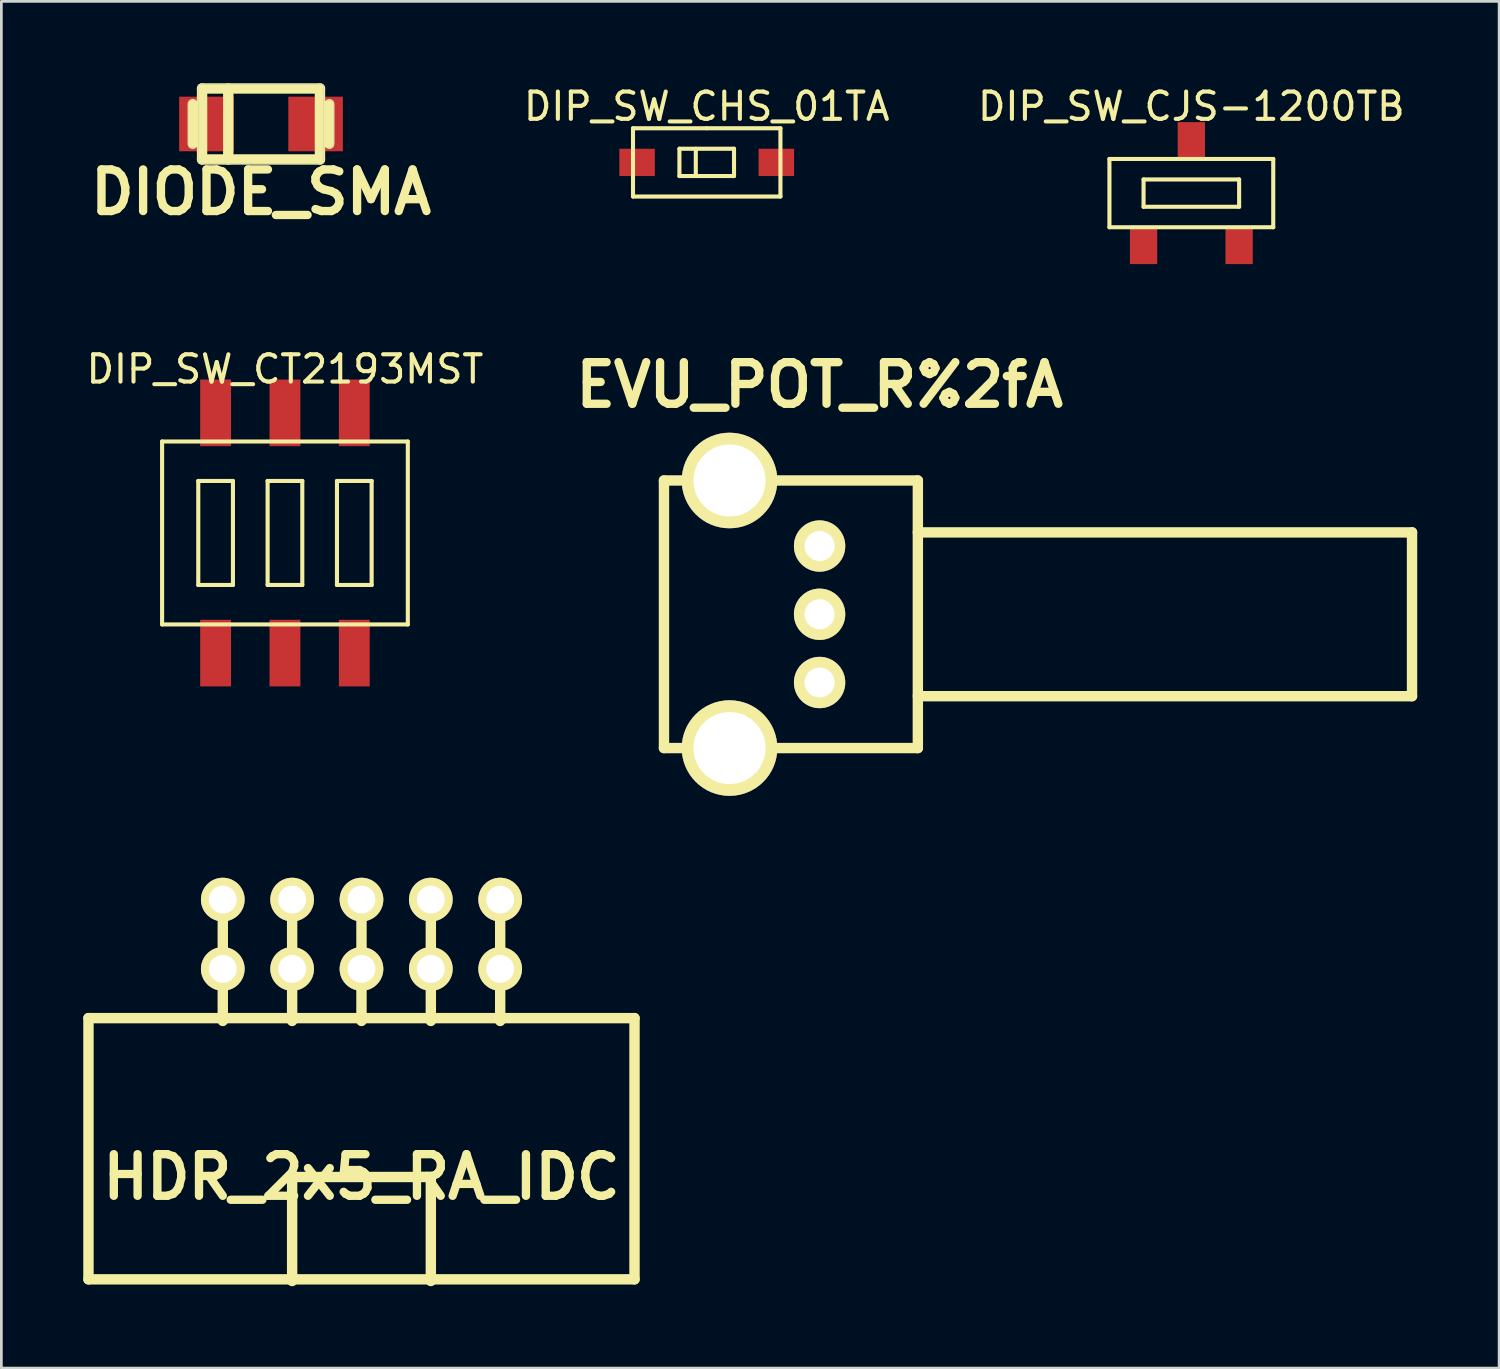
<source format=kicad_pcb>
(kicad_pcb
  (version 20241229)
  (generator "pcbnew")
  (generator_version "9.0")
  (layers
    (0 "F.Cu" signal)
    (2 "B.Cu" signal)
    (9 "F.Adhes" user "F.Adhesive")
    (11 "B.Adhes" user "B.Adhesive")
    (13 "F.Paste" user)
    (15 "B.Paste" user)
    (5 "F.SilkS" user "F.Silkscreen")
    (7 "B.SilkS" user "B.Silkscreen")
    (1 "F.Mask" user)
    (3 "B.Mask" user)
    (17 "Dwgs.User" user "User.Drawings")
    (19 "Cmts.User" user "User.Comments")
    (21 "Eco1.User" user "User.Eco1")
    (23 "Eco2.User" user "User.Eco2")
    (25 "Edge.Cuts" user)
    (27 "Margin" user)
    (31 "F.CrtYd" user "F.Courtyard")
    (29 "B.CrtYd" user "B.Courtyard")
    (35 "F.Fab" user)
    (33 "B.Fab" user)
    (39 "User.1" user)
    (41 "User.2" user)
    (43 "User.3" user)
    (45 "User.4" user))
  (footprint "DIP_SW_CHS_01TA"
    (layer "F.Cu")
    (at 22.835 2.898)
    (property "Reference" "DIP_SW_CHS_01TA" (at 0 -2.05 0) (layer "F.SilkS") (effects (font (size 1 1) (thickness 0.15))))
    (attr through_hole)
    (fp_line (start -2.7 -1.25) (end 0 -1.25) (stroke (width 0.15) (type solid)) (layer "F.SilkS"))
    (fp_line (start -2.7 1.25) (end -2.7 -1.25) (stroke (width 0.15) (type solid)) (layer "F.SilkS"))
    (fp_line (start -1 -0.5) (end -1 0.5) (stroke (width 0.15) (type solid)) (layer "F.SilkS"))
    (fp_line (start -1 0.5) (end 1 0.5) (stroke (width 0.15) (type solid)) (layer "F.SilkS"))
    (fp_line (start -0.4 -0.5) (end -0.4 0.5) (stroke (width 0.15) (type solid)) (layer "F.SilkS"))
    (fp_line (start 0 -1.25) (end 2.7 -1.25) (stroke (width 0.15) (type solid)) (layer "F.SilkS"))
    (fp_line (start 1 -0.5) (end -1 -0.5) (stroke (width 0.15) (type solid)) (layer "F.SilkS"))
    (fp_line (start 1 0.5) (end 1 -0.5) (stroke (width 0.15) (type solid)) (layer "F.SilkS"))
    (fp_line (start 2.7 -1.25) (end 2.7 1.25) (stroke (width 0.15) (type solid)) (layer "F.SilkS"))
    (fp_line (start 2.7 1.25) (end -2.7 1.25) (stroke (width 0.15) (type solid)) (layer "F.SilkS"))
    (pad "1" smd rect (at -2.55 0) (size 1.3 1) (layers "F.Cu" "F.Mask" "F.Paste"))
    (pad "2" smd rect (at 2.55 0) (size 1.3 1) (layers "F.Cu" "F.Mask" "F.Paste")))
  (footprint "DIP_SW_CT2193MST"
    (layer "F.Cu")
    (at 7.387 16.471)
    (property "Reference" "DIP_SW_CT2193MST" (at 0 -6 0) (layer "F.SilkS") (effects (font (size 1 1) (thickness 0.15))))
    (attr through_hole)
    (fp_line (start -4.5 -3.35) (end 4.5 -3.35) (stroke (width 0.15) (type solid)) (layer "F.SilkS"))
    (fp_line (start -4.5 3.35) (end -4.5 -3.35) (stroke (width 0.15) (type solid)) (layer "F.SilkS"))
    (fp_line (start -3.175 -1.905) (end -3.175 1.905) (stroke (width 0.15) (type solid)) (layer "F.SilkS"))
    (fp_line (start -3.175 1.905) (end -1.905 1.905) (stroke (width 0.15) (type solid)) (layer "F.SilkS"))
    (fp_line (start -1.905 -1.905) (end -3.175 -1.905) (stroke (width 0.15) (type solid)) (layer "F.SilkS"))
    (fp_line (start -1.905 1.905) (end -1.905 -1.905) (stroke (width 0.15) (type solid)) (layer "F.SilkS"))
    (fp_line (start -0.635 -1.905) (end -0.635 1.905) (stroke (width 0.15) (type solid)) (layer "F.SilkS"))
    (fp_line (start -0.635 -1.905) (end 0.635 -1.905) (stroke (width 0.15) (type solid)) (layer "F.SilkS"))
    (fp_line (start 0.635 -1.905) (end 0.635 1.905) (stroke (width 0.15) (type solid)) (layer "F.SilkS"))
    (fp_line (start 0.635 1.905) (end -0.635 1.905) (stroke (width 0.15) (type solid)) (layer "F.SilkS"))
    (fp_line (start 1.905 -1.905) (end 3.175 -1.905) (stroke (width 0.15) (type solid)) (layer "F.SilkS"))
    (fp_line (start 1.905 1.905) (end 1.905 -1.905) (stroke (width 0.15) (type solid)) (layer "F.SilkS"))
    (fp_line (start 3.175 -1.905) (end 3.175 1.905) (stroke (width 0.15) (type solid)) (layer "F.SilkS"))
    (fp_line (start 3.175 1.905) (end 1.905 1.905) (stroke (width 0.15) (type solid)) (layer "F.SilkS"))
    (fp_line (start 4.5 -3.35) (end 4.5 3.35) (stroke (width 0.15) (type solid)) (layer "F.SilkS"))
    (fp_line (start 4.5 3.35) (end -4.5 3.35) (stroke (width 0.15) (type solid)) (layer "F.SilkS"))
    (pad "1" smd rect (at -2.54 4.4) (size 1.13 2.44) (layers "F.Cu" "F.Mask" "F.Paste"))
    (pad "2" smd rect (at 0 4.4) (size 1.13 2.44) (layers "F.Cu" "F.Mask" "F.Paste"))
    (pad "3" smd rect (at 2.54 4.4) (size 1.13 2.44) (layers "F.Cu" "F.Mask" "F.Paste"))
    (pad "4" smd rect (at 2.54 -4.4) (size 1.13 2.44) (layers "F.Cu" "F.Mask" "F.Paste"))
    (pad "5" smd rect (at 0 -4.4) (size 1.13 2.44) (layers "F.Cu" "F.Mask" "F.Paste"))
    (pad "6" smd rect (at -2.54 -4.4) (size 1.13 2.44) (layers "F.Cu" "F.Mask" "F.Paste")))
  (footprint "EVU_POT_R%2fA"
    (layer "F.Cu")
    (at 26.969 19.449)
    (property "Reference" "EVU_POT_R%2fA" (at 0 -8.4 0) (layer "F.SilkS") (effects (font (size 1.524 1.524) (thickness 0.305))))
    (attr through_hole)
    (fp_line (start -5.7 -4.9) (end 3.599 -4.9) (stroke (width 0.381) (type solid)) (layer "F.SilkS"))
    (fp_line (start -5.7 4.9) (end -5.7 -4.9) (stroke (width 0.381) (type solid)) (layer "F.SilkS"))
    (fp_line (start 3.599 -4.9) (end 3.599 4.9) (stroke (width 0.381) (type solid)) (layer "F.SilkS"))
    (fp_line (start 3.599 4.9) (end -5.7 4.9) (stroke (width 0.381) (type solid)) (layer "F.SilkS"))
    (fp_line (start 21.699 -3) (end 3.599 -3) (stroke (width 0.381) (type solid)) (layer "F.SilkS"))
    (fp_line (start 21.699 -3) (end 21.699 3) (stroke (width 0.381) (type solid)) (layer "F.SilkS"))
    (fp_line (start 21.699 3) (end 3.599 3) (stroke (width 0.381) (type solid)) (layer "F.SilkS"))
    (pad "" thru_hole circle (at -3.299 -4.9) (size 3.5 3.5) (drill 2.639) (layers "*.Cu" "*.Mask" "F.SilkS"))
    (pad "" thru_hole circle (at -3.299 4.9) (size 3.5 3.5) (drill 2.639) (layers "*.Cu" "*.Mask" "F.SilkS"))
    (pad "1" thru_hole circle (at 0 2.499) (size 1.88 1.88) (drill 1.1) (layers "*.Cu" "*.Mask" "F.SilkS"))
    (pad "2" thru_hole circle (at 0 0) (size 1.88 1.88) (drill 1.1) (layers "*.Cu" "*.Mask" "F.SilkS"))
    (pad "3" thru_hole circle (at 0 -2.499) (size 1.88 1.88) (drill 1.1) (layers "*.Cu" "*.Mask" "F.SilkS")))
  (footprint "DIP_SW_CJS-1200TB"
    (layer "F.Cu")
    (at 40.585 4.023)
    (property "Reference" "DIP_SW_CJS-1200TB" (at 0 -3.175 0) (layer "F.SilkS") (effects (font (size 1 1) (thickness 0.15))))
    (attr through_hole)
    (fp_line (start -3 -1.25) (end 3 -1.25) (stroke (width 0.15) (type solid)) (layer "F.SilkS"))
    (fp_line (start -3 1.25) (end -3 -1.25) (stroke (width 0.15) (type solid)) (layer "F.SilkS"))
    (fp_line (start -1.75 -0.5) (end 1.75 -0.5) (stroke (width 0.15) (type solid)) (layer "F.SilkS"))
    (fp_line (start -1.75 0.5) (end -1.75 -0.5) (stroke (width 0.15) (type solid)) (layer "F.SilkS"))
    (fp_line (start 1.75 -0.5) (end 1.75 0.5) (stroke (width 0.15) (type solid)) (layer "F.SilkS"))
    (fp_line (start 1.75 0.5) (end -1.75 0.5) (stroke (width 0.15) (type solid)) (layer "F.SilkS"))
    (fp_line (start 3 -1.25) (end 3 1.25) (stroke (width 0.15) (type solid)) (layer "F.SilkS"))
    (fp_line (start 3 1.25) (end -3 1.25) (stroke (width 0.15) (type solid)) (layer "F.SilkS"))
    (pad "1" smd rect (at -1.75 1.95) (size 1 1.3) (layers "F.Cu" "F.Mask" "F.Paste"))
    (pad "2" smd rect (at 0 -1.95) (size 1 1.3) (layers "F.Cu" "F.Mask" "F.Paste"))
    (pad "3" smd rect (at 1.75 1.95) (size 1 1.3) (layers "F.Cu" "F.Mask" "F.Paste")))
  (footprint "DIODE_SMA"
    (layer "F.Cu")
    (at 6.51 1.491)
    (property "Reference" "DIODE_SMA" (at 0 2.499 0) (layer "F.SilkS") (effects (font (size 1.524 1.524) (thickness 0.305))))
    (attr through_hole)
    (fp_line (start -2.499 -0.724) (end -2.499 0.724) (stroke (width 0.381) (type solid)) (layer "F.SilkS"))
    (fp_line (start -2.159 -1.3) (end -2.159 1.3) (stroke (width 0.381) (type solid)) (layer "F.SilkS"))
    (fp_line (start -2.159 -1.3) (end 2.159 -1.3) (stroke (width 0.381) (type solid)) (layer "F.SilkS"))
    (fp_line (start -1.199 -1.3) (end -1.199 1.3) (stroke (width 0.381) (type solid)) (layer "F.SilkS"))
    (fp_line (start 2.159 -1.3) (end 2.159 1.3) (stroke (width 0.381) (type solid)) (layer "F.SilkS"))
    (fp_line (start 2.159 1.3) (end -2.159 1.3) (stroke (width 0.381) (type solid)) (layer "F.SilkS"))
    (fp_line (start 2.499 -0.724) (end 2.499 0.724) (stroke (width 0.381) (type solid)) (layer "F.SilkS"))
    (fp_line (start -2.655 -0.85) (end -2.655 0.85) (stroke (width 0.01) (type solid)) (layer "F.Fab"))
    (fp_line (start -2.655 -0.85) (end -2.3 -0.85) (stroke (width 0.01) (type solid)) (layer "F.Fab"))
    (fp_line (start -2.655 0.85) (end -2.3 0.85) (stroke (width 0.01) (type solid)) (layer "F.Fab"))
    (fp_line (start -2.3 -1.45) (end 2.3 -1.45) (stroke (width 0.01) (type solid)) (layer "F.Fab"))
    (fp_line (start -2.3 1.45) (end -2.3 -1.45) (stroke (width 0.01) (type solid)) (layer "F.Fab"))
    (fp_line (start 2.3 -1.45) (end 2.3 1.45) (stroke (width 0.01) (type solid)) (layer "F.Fab"))
    (fp_line (start 2.3 0.85) (end 2.655 0.85) (stroke (width 0.01) (type solid)) (layer "F.Fab"))
    (fp_line (start 2.3 1.45) (end -2.3 1.45) (stroke (width 0.01) (type solid)) (layer "F.Fab"))
    (fp_line (start 2.655 -0.85) (end 2.3 -0.85) (stroke (width 0.01) (type solid)) (layer "F.Fab"))
    (fp_line (start 2.655 0.85) (end 2.655 -0.85) (stroke (width 0.01) (type solid)) (layer "F.Fab"))
    (pad "1" smd rect (at 1.999 0) (size 1.999 1.999) (layers "F.Cu" "F.Mask" "F.Paste"))
    (pad "2" smd rect (at -1.999 0) (size 1.999 1.999) (layers "F.Cu" "F.Mask" "F.Paste")))
  (footprint "HDR_2x5_RA_IDC"
    (layer "F.Cu")
    (at 10.19 31.169)
    (property "Reference" "HDR_2x5_RA_IDC" (at 0 8.89 0) (layer "F.SilkS") (effects (font (size 1.524 1.524) (thickness 0.305))))
    (attr through_hole)
    (fp_line (start -10 3.071) (end -10 12.639) (stroke (width 0.381) (type solid)) (layer "F.SilkS"))
    (fp_line (start -10 3.071) (end 10 3.071) (stroke (width 0.381) (type solid)) (layer "F.SilkS"))
    (fp_line (start -10 12.639) (end 10 12.639) (stroke (width 0.381) (type solid)) (layer "F.SilkS"))
    (fp_line (start -5.08 3.175) (end -5.08 -1.27) (stroke (width 0.381) (type solid)) (layer "F.SilkS"))
    (fp_line (start -2.54 3.175) (end -2.54 -1.27) (stroke (width 0.381) (type solid)) (layer "F.SilkS"))
    (fp_line (start -2.54 8.89) (end 2.54 8.89) (stroke (width 0.381) (type solid)) (layer "F.SilkS"))
    (fp_line (start -2.54 12.7) (end -2.54 8.89) (stroke (width 0.381) (type solid)) (layer "F.SilkS"))
    (fp_line (start 0 3.175) (end 0 -1.27) (stroke (width 0.381) (type solid)) (layer "F.SilkS"))
    (fp_line (start 2.54 3.175) (end 2.54 -1.27) (stroke (width 0.381) (type solid)) (layer "F.SilkS"))
    (fp_line (start 2.54 8.89) (end 2.54 12.7) (stroke (width 0.381) (type solid)) (layer "F.SilkS"))
    (fp_line (start 5.08 3.175) (end 5.08 -1.27) (stroke (width 0.381) (type solid)) (layer "F.SilkS"))
    (fp_line (start 10 3.071) (end 10 12.639) (stroke (width 0.381) (type solid)) (layer "F.SilkS"))
    (pad "1" thru_hole circle (at 5.08 -1.27) (size 1.6 1.6) (drill 1.021) (layers "*.Cu" "*.Mask" "F.SilkS"))
    (pad "2" thru_hole circle (at 5.08 1.27) (size 1.6 1.6) (drill 1.021) (layers "*.Cu" "*.Mask" "F.SilkS"))
    (pad "3" thru_hole circle (at 2.54 -1.27) (size 1.6 1.6) (drill 1.021) (layers "*.Cu" "*.Mask" "F.SilkS"))
    (pad "4" thru_hole circle (at 2.54 1.27) (size 1.6 1.6) (drill 1.021) (layers "*.Cu" "*.Mask" "F.SilkS"))
    (pad "5" thru_hole circle (at 0 -1.27) (size 1.6 1.6) (drill 1.021) (layers "*.Cu" "*.Mask" "F.SilkS"))
    (pad "6" thru_hole circle (at 0 1.27) (size 1.6 1.6) (drill 1.021) (layers "*.Cu" "*.Mask" "F.SilkS"))
    (pad "7" thru_hole circle (at -2.54 -1.27) (size 1.6 1.6) (drill 1.021) (layers "*.Cu" "*.Mask" "F.SilkS"))
    (pad "8" thru_hole circle (at -2.54 1.27) (size 1.6 1.6) (drill 1.021) (layers "*.Cu" "*.Mask" "F.SilkS"))
    (pad "9" thru_hole circle (at -5.08 -1.27) (size 1.6 1.6) (drill 1.021) (layers "*.Cu" "*.Mask" "F.SilkS"))
    (pad "10" thru_hole circle (at -5.08 1.27) (size 1.6 1.6) (drill 1.021) (layers "*.Cu" "*.Mask" "F.SilkS")))
  (gr_rect
    (start -3 -3)
    (end 51.858 47.06)
    (stroke (width 0.1) (type default))
    (fill no)
    (layer "Edge.Cuts")))
</source>
